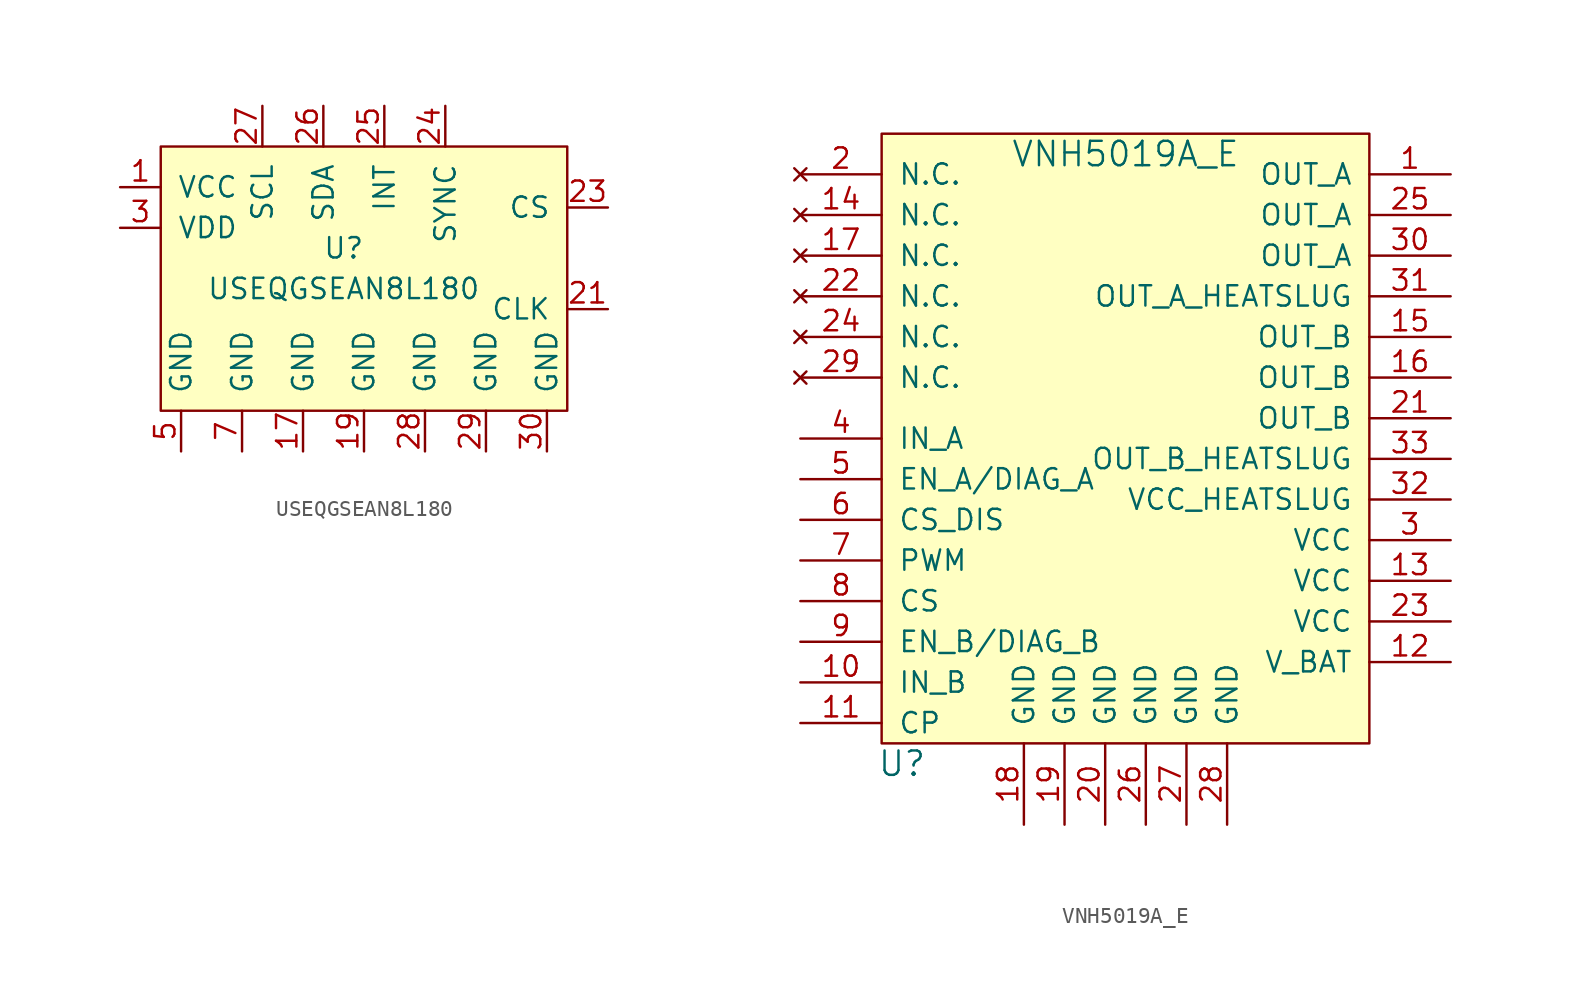
<source format=kicad_sym>
(kicad_symbol_lib
  (version 20220914)
  (generator kicad_symbol_editor)
  (symbol "USEQGSEAN8L180"
    (pin_names
      (offset 1.016))
    (property "Reference" "U"
      (at 3.81 -6.35 0)
      (effects (font (size 1.27 1.27))))
    (property "Value" "USEQGSEAN8L180"
      (at 3.81 -8.89 0)
      (effects (font (size 1.27 1.27))))
    (symbol "USEQGSEAN8L180_0_1"
      (rectangle (start -7.62 0) (end 17.78 -16.51) (stroke (width 0) (type default)) (fill (type background))))
    (symbol "USEQGSEAN8L180_1_1"
      (pin input line (at -10.16 -2.54 0) (length 2.54) (name "VCC" (effects (font (size 1.27 1.27)))) (number "1" (effects (font (size 1.27 1.27)))))
      (pin output line (at 1.27 -19.05 90) (length 2.54) (name "GND" (effects (font (size 1.27 1.27)))) (number "17" (effects (font (size 1.27 1.27)))))
      (pin output line (at 5.08 -19.05 90) (length 2.54) (name "GND" (effects (font (size 1.27 1.27)))) (number "19" (effects (font (size 1.27 1.27)))))
      (pin bidirectional line (at 20.32 -10.16 180) (length 2.54) (name "CLK" (effects (font (size 1.27 1.27)))) (number "21" (effects (font (size 1.27 1.27)))))
      (pin input line (at 20.32 -3.81 180) (length 2.54) (name "CS" (effects (font (size 1.27 1.27)))) (number "23" (effects (font (size 1.27 1.27)))))
      (pin bidirectional line (at 10.16 2.54 270) (length 2.54) (name "SYNC" (effects (font (size 1.27 1.27)))) (number "24" (effects (font (size 1.27 1.27)))))
      (pin output line (at 6.35 2.54 270) (length 2.54) (name "INT" (effects (font (size 1.27 1.27)))) (number "25" (effects (font (size 1.27 1.27)))))
      (pin bidirectional line (at 2.54 2.54 270) (length 2.54) (name "SDA" (effects (font (size 1.27 1.27)))) (number "26" (effects (font (size 1.27 1.27)))))
      (pin input line (at -1.27 2.54 270) (length 2.54) (name "SCL" (effects (font (size 1.27 1.27)))) (number "27" (effects (font (size 1.27 1.27)))))
      (pin output line (at 8.89 -19.05 90) (length 2.54) (name "GND" (effects (font (size 1.27 1.27)))) (number "28" (effects (font (size 1.27 1.27)))))
      (pin output line (at 12.7 -19.05 90) (length 2.54) (name "GND" (effects (font (size 1.27 1.27)))) (number "29" (effects (font (size 1.27 1.27)))))
      (pin output line (at -10.16 -5.08 0) (length 2.54) (name "VDD" (effects (font (size 1.27 1.27)))) (number "3" (effects (font (size 1.27 1.27)))))
      (pin output line (at 16.51 -19.05 90) (length 2.54) (name "GND" (effects (font (size 1.27 1.27)))) (number "30" (effects (font (size 1.27 1.27)))))
      (pin output line (at -6.35 -19.05 90) (length 2.54) (name "GND" (effects (font (size 1.27 1.27)))) (number "5" (effects (font (size 1.27 1.27)))))
      (pin output line (at -2.54 -19.05 90) (length 2.54) (name "GND" (effects (font (size 1.27 1.27)))) (number "7" (effects (font (size 1.27 1.27)))))))
  (symbol "VNH5019A_E"
    (pin_names
      (offset 1.016))
    (property "Reference" "U"
      (at 1.27 -1.27 0)
      (effects (font (size 1.524 1.524))))
    (property "Value" "VNH5019A_E"
      (at 15.24 36.83 0)
      (effects (font (size 1.524 1.524))))
    (symbol "VNH5019A_E_1_1"
      (rectangle (start 0 38.1) (end 30.48 0) (stroke (width 0) (type default)) (fill (type background)))
      (pin input line (at 35.56 35.56 180) (length 5.08) (name "OUT_A" (effects (font (size 1.27 1.27)))) (number "1" (effects (font (size 1.27 1.27)))))
      (pin input line (at -5.08 3.81 0) (length 5.08) (name "IN_B" (effects (font (size 1.27 1.27)))) (number "10" (effects (font (size 1.27 1.27)))))
      (pin input line (at -5.08 1.27 0) (length 5.08) (name "CP" (effects (font (size 1.27 1.27)))) (number "11" (effects (font (size 1.27 1.27)))))
      (pin power_in line (at 35.56 5.08 180) (length 5.08) (name "V_BAT" (effects (font (size 1.27 1.27)))) (number "12" (effects (font (size 1.27 1.27)))))
      (pin power_in line (at 35.56 10.16 180) (length 5.08) (name "VCC" (effects (font (size 1.27 1.27)))) (number "13" (effects (font (size 1.27 1.27)))))
      (pin no_connect line (at -5.08 33.02 0) (length 5.08) (name "N.C." (effects (font (size 1.27 1.27)))) (number "14" (effects (font (size 1.27 1.27)))))
      (pin input line (at 35.56 25.4 180) (length 5.08) (name "OUT_B" (effects (font (size 1.27 1.27)))) (number "15" (effects (font (size 1.27 1.27)))))
      (pin input line (at 35.56 22.86 180) (length 5.08) (name "OUT_B" (effects (font (size 1.27 1.27)))) (number "16" (effects (font (size 1.27 1.27)))))
      (pin no_connect line (at -5.08 30.48 0) (length 5.08) (name "N.C." (effects (font (size 1.27 1.27)))) (number "17" (effects (font (size 1.27 1.27)))))
      (pin input line (at 8.89 -5.08 90) (length 5.08) (name "GND" (effects (font (size 1.27 1.27)))) (number "18" (effects (font (size 1.27 1.27)))))
      (pin input line (at 11.43 -5.08 90) (length 5.08) (name "GND" (effects (font (size 1.27 1.27)))) (number "19" (effects (font (size 1.27 1.27)))))
      (pin no_connect line (at -5.08 35.56 0) (length 5.08) (name "N.C." (effects (font (size 1.27 1.27)))) (number "2" (effects (font (size 1.27 1.27)))))
      (pin input line (at 13.97 -5.08 90) (length 5.08) (name "GND" (effects (font (size 1.27 1.27)))) (number "20" (effects (font (size 1.27 1.27)))))
      (pin input line (at 35.56 20.32 180) (length 5.08) (name "OUT_B" (effects (font (size 1.27 1.27)))) (number "21" (effects (font (size 1.27 1.27)))))
      (pin no_connect line (at -5.08 27.94 0) (length 5.08) (name "N.C." (effects (font (size 1.27 1.27)))) (number "22" (effects (font (size 1.27 1.27)))))
      (pin input line (at 35.56 7.62 180) (length 5.08) (name "VCC" (effects (font (size 1.27 1.27)))) (number "23" (effects (font (size 1.27 1.27)))))
      (pin no_connect line (at -5.08 25.4 0) (length 5.08) (name "N.C." (effects (font (size 1.27 1.27)))) (number "24" (effects (font (size 1.27 1.27)))))
      (pin input line (at 35.56 33.02 180) (length 5.08) (name "OUT_A" (effects (font (size 1.27 1.27)))) (number "25" (effects (font (size 1.27 1.27)))))
      (pin input line (at 16.51 -5.08 90) (length 5.08) (name "GND" (effects (font (size 1.27 1.27)))) (number "26" (effects (font (size 1.27 1.27)))))
      (pin input line (at 19.05 -5.08 90) (length 5.08) (name "GND" (effects (font (size 1.27 1.27)))) (number "27" (effects (font (size 1.27 1.27)))))
      (pin input line (at 21.59 -5.08 90) (length 5.08) (name "GND" (effects (font (size 1.27 1.27)))) (number "28" (effects (font (size 1.27 1.27)))))
      (pin no_connect line (at -5.08 22.86 0) (length 5.08) (name "N.C." (effects (font (size 1.27 1.27)))) (number "29" (effects (font (size 1.27 1.27)))))
      (pin power_in line (at 35.56 12.7 180) (length 5.08) (name "VCC" (effects (font (size 1.27 1.27)))) (number "3" (effects (font (size 1.27 1.27)))))
      (pin input line (at 35.56 30.48 180) (length 5.08) (name "OUT_A" (effects (font (size 1.27 1.27)))) (number "30" (effects (font (size 1.27 1.27)))))
      (pin input line (at 35.56 27.94 180) (length 5.08) (name "OUT_A_HEATSLUG" (effects (font (size 1.27 1.27)))) (number "31" (effects (font (size 1.27 1.27)))))
      (pin input line (at 35.56 15.24 180) (length 5.08) (name "VCC_HEATSLUG" (effects (font (size 1.27 1.27)))) (number "32" (effects (font (size 1.27 1.27)))))
      (pin input line (at 35.56 17.78 180) (length 5.08) (name "OUT_B_HEATSLUG" (effects (font (size 1.27 1.27)))) (number "33" (effects (font (size 1.27 1.27)))))
      (pin input line (at -5.08 19.05 0) (length 5.08) (name "IN_A" (effects (font (size 1.27 1.27)))) (number "4" (effects (font (size 1.27 1.27)))))
      (pin input line (at -5.08 16.51 0) (length 5.08) (name "EN_A/DIAG_A" (effects (font (size 1.27 1.27)))) (number "5" (effects (font (size 1.27 1.27)))))
      (pin input line (at -5.08 13.97 0) (length 5.08) (name "CS_DIS" (effects (font (size 1.27 1.27)))) (number "6" (effects (font (size 1.27 1.27)))))
      (pin input line (at -5.08 11.43 0) (length 5.08) (name "PWM" (effects (font (size 1.27 1.27)))) (number "7" (effects (font (size 1.27 1.27)))))
      (pin input line (at -5.08 8.89 0) (length 5.08) (name "CS" (effects (font (size 1.27 1.27)))) (number "8" (effects (font (size 1.27 1.27)))))
      (pin input line (at -5.08 6.35 0) (length 5.08) (name "EN_B/DIAG_B" (effects (font (size 1.27 1.27)))) (number "9" (effects (font (size 1.27 1.27))))))))
</source>
